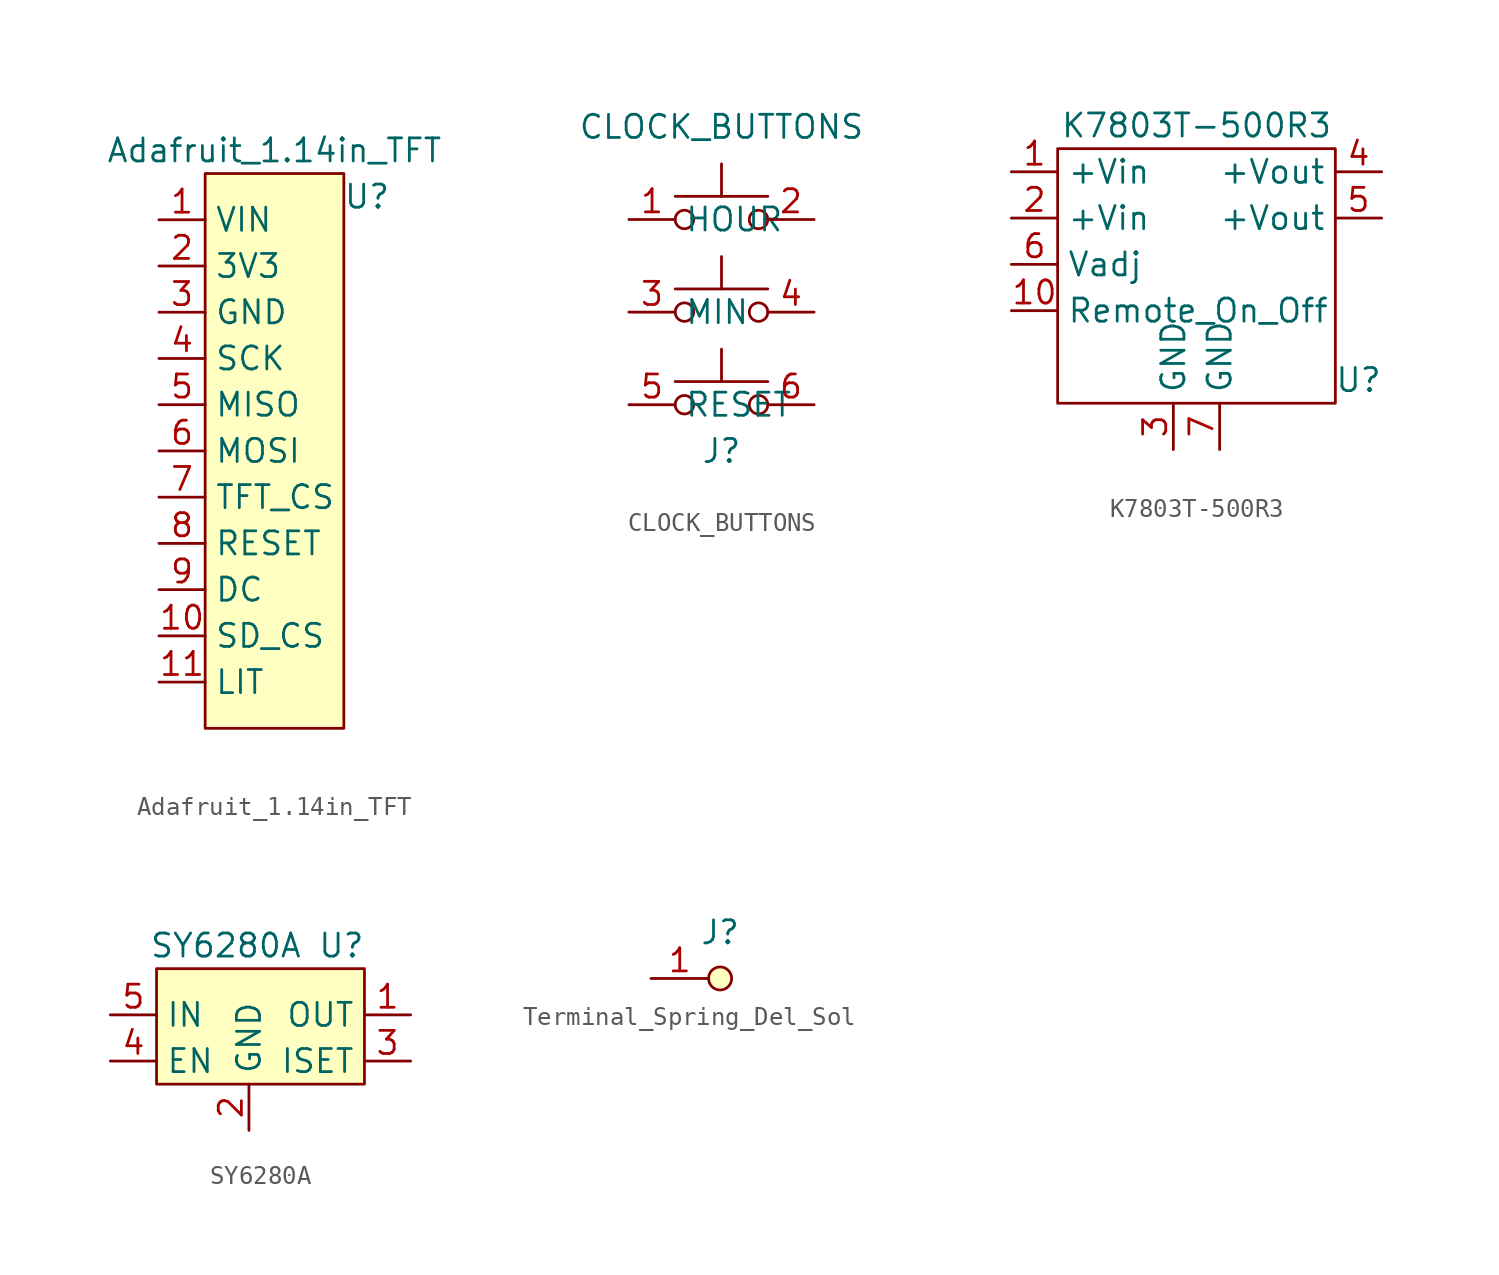
<source format=kicad_sym>
(kicad_symbol_lib
  (version 20211014)
  (generator kicad_symbol_editor)
  (symbol "Adafruit_1.14in_TFT"
    (property "Reference" "U"
      (at 8.89 -1.27 0)
      (effects (font (size 1.27 1.27))))
    (property "Value" "Adafruit_1.14in_TFT"
      (at 3.81 1.27 0)
      (effects (font (size 1.27 1.27))))
    (symbol "Adafruit_1.14in_TFT_0_0"
      (pin input line (at -2.54 -25.4 0) (length 2.54) (name "SD_CS" (effects (font (size 1.27 1.27)))) (number "10" (effects (font (size 1.27 1.27)))))
      (pin input line (at -2.54 -27.94 0) (length 2.54) (name "LIT" (effects (font (size 1.27 1.27)))) (number "11" (effects (font (size 1.27 1.27)))))
      (pin power_in line (at -2.54 -5.08 0) (length 2.54) (name "3V3" (effects (font (size 1.27 1.27)))) (number "2" (effects (font (size 1.27 1.27)))))
      (pin power_in line (at -2.54 -7.62 0) (length 2.54) (name "GND" (effects (font (size 1.27 1.27)))) (number "3" (effects (font (size 1.27 1.27)))))
      (pin input line (at -2.54 -10.16 0) (length 2.54) (name "SCK" (effects (font (size 1.27 1.27)))) (number "4" (effects (font (size 1.27 1.27)))))
      (pin output line (at -2.54 -12.7 0) (length 2.54) (name "MISO" (effects (font (size 1.27 1.27)))) (number "5" (effects (font (size 1.27 1.27)))))
      (pin input line (at -2.54 -15.24 0) (length 2.54) (name "MOSI" (effects (font (size 1.27 1.27)))) (number "6" (effects (font (size 1.27 1.27)))))
      (pin input line (at -2.54 -17.78 0) (length 2.54) (name "TFT_CS" (effects (font (size 1.27 1.27)))) (number "7" (effects (font (size 1.27 1.27)))))
      (pin input line (at -2.54 -20.32 0) (length 2.54) (name "RESET" (effects (font (size 1.27 1.27)))) (number "8" (effects (font (size 1.27 1.27)))))
      (pin input line (at -2.54 -22.86 0) (length 2.54) (name "DC" (effects (font (size 1.27 1.27)))) (number "9" (effects (font (size 1.27 1.27))))))
    (symbol "Adafruit_1.14in_TFT_0_1"
      (rectangle (start 0 0) (end 7.62 -30.48) (stroke (width 0.152) (type default) (color 0 0 0 0)) (fill (type background))))
    (symbol "Adafruit_1.14in_TFT_1_1"
      (pin power_in line (at -2.54 -2.54 0) (length 2.54) (name "VIN" (effects (font (size 1.27 1.27)))) (number "1" (effects (font (size 1.27 1.27)))))))
  (symbol "CLOCK_BUTTONS"
    (property "Reference" "J"
      (at 0 -17.78 0)
      (effects (font (size 1.27 1.27))))
    (property "Value" "CLOCK_BUTTONS"
      (at 0 0 0)
      (effects (font (size 1.27 1.27))))
    (symbol "CLOCK_BUTTONS_0_1"
      (circle (center -2.032 -15.24) (radius 0.508) (stroke (width 0) (type default) (color 0 0 0 0)) (fill (type none)))
      (circle (center -2.032 -10.16) (radius 0.508) (stroke (width 0) (type default) (color 0 0 0 0)) (fill (type none)))
      (circle (center -2.032 -5.08) (radius 0.508) (stroke (width 0) (type default) (color 0 0 0 0)) (fill (type none)))
      (polyline (pts (xy 0 -13.97) (xy 0 -12.192)) (stroke (width 0) (type default) (color 0 0 0 0)) (fill (type none)))
      (polyline (pts (xy 0 -8.89) (xy 0 -7.112)) (stroke (width 0) (type default) (color 0 0 0 0)) (fill (type none)))
      (polyline (pts (xy 0 -3.81) (xy 0 -2.032)) (stroke (width 0) (type default) (color 0 0 0 0)) (fill (type none)))
      (polyline (pts (xy 2.54 -13.97) (xy -2.54 -13.97)) (stroke (width 0) (type default) (color 0 0 0 0)) (fill (type none)))
      (polyline (pts (xy 2.54 -8.89) (xy -2.54 -8.89)) (stroke (width 0) (type default) (color 0 0 0 0)) (fill (type none)))
      (polyline (pts (xy 2.54 -3.81) (xy -2.54 -3.81)) (stroke (width 0) (type default) (color 0 0 0 0)) (fill (type none)))
      (circle (center 2.032 -15.24) (radius 0.508) (stroke (width 0) (type default) (color 0 0 0 0)) (fill (type none)))
      (circle (center 2.032 -10.16) (radius 0.508) (stroke (width 0) (type default) (color 0 0 0 0)) (fill (type none)))
      (circle (center 2.032 -5.08) (radius 0.508) (stroke (width 0) (type default) (color 0 0 0 0)) (fill (type none)))
      (pin passive line (at -5.08 -5.08 0) (length 2.54) (name "HOUR" (effects (font (size 1.27 1.27)))) (number "1" (effects (font (size 1.27 1.27)))))
      (pin passive line (at 5.08 -5.08 180) (length 2.54) (name "" (effects (font (size 1.27 1.27)))) (number "2" (effects (font (size 1.27 1.27)))))
      (pin passive line (at -5.08 -10.16 0) (length 2.54) (name "MIN" (effects (font (size 1.27 1.27)))) (number "3" (effects (font (size 1.27 1.27)))))
      (pin passive line (at 5.08 -10.16 180) (length 2.54) (name "" (effects (font (size 1.27 1.27)))) (number "4" (effects (font (size 1.27 1.27)))))
      (pin passive line (at -5.08 -15.24 0) (length 2.54) (name "RESET" (effects (font (size 1.27 1.27)))) (number "5" (effects (font (size 1.27 1.27)))))
      (pin passive line (at 5.08 -15.24 180) (length 2.54) (name "" (effects (font (size 1.27 1.27)))) (number "6" (effects (font (size 1.27 1.27)))))))
  (symbol "K7803T-500R3"
    (property "Reference" "U"
      (at 8.89 1.27 0)
      (effects (font (size 1.27 1.27))))
    (property "Value" "K7803T-500R3"
      (at 0 15.24 0)
      (effects (font (size 1.27 1.27))))
    (symbol "K7803T-500R3_0_0"
      (pin power_in line (at -10.16 12.7 0) (length 2.54) (name "+Vin" (effects (font (size 1.27 1.27)))) (number "1" (effects (font (size 1.27 1.27)))))
      (pin unspecified line (at -10.16 5.08 0) (length 2.54) (name "Remote_On_Off" (effects (font (size 1.27 1.27)))) (number "10" (effects (font (size 1.27 1.27)))))
      (pin power_in line (at -10.16 10.16 0) (length 2.54) (name "+Vin" (effects (font (size 1.27 1.27)))) (number "2" (effects (font (size 1.27 1.27)))))
      (pin unspecified line (at -1.27 -2.54 90) (length 2.54) (name "GND" (effects (font (size 1.27 1.27)))) (number "3" (effects (font (size 1.27 1.27)))))
      (pin power_out line (at 10.16 12.7 180) (length 2.54) (name "+Vout" (effects (font (size 1.27 1.27)))) (number "4" (effects (font (size 1.27 1.27)))))
      (pin power_out line (at 10.16 10.16 180) (length 2.54) (name "+Vout" (effects (font (size 1.27 1.27)))) (number "5" (effects (font (size 1.27 1.27)))))
      (pin unspecified line (at -10.16 7.62 0) (length 2.54) (name "Vadj" (effects (font (size 1.27 1.27)))) (number "6" (effects (font (size 1.27 1.27)))))
      (pin unspecified line (at 1.27 -2.54 90) (length 2.54) (name "GND" (effects (font (size 1.27 1.27)))) (number "7" (effects (font (size 1.27 1.27))))))
    (symbol "K7803T-500R3_0_1"
      (rectangle (start -7.62 13.97) (end 7.62 0) (stroke (width 0.152) (type default) (color 0 0 0 0)) (fill (type none)))))
  (symbol "SY6280A"
    (property "Reference" "U"
      (at 10.16 1.27 0)
      (effects (font (size 1.27 1.27))))
    (property "Value" "SY6280A"
      (at 3.81 1.27 0)
      (effects (font (size 1.27 1.27))))
    (symbol "SY6280A_0_0"
      (pin power_out line (at 13.97 -2.54 180) (length 2.54) (name "OUT" (effects (font (size 1.27 1.27)))) (number "1" (effects (font (size 1.27 1.27)))))
      (pin power_in line (at 5.08 -8.89 90) (length 2.54) (name "GND" (effects (font (size 1.27 1.27)))) (number "2" (effects (font (size 1.27 1.27)))))
      (pin output line (at 13.97 -5.08 180) (length 2.54) (name "ISET" (effects (font (size 1.27 1.27)))) (number "3" (effects (font (size 1.27 1.27)))))
      (pin input line (at -2.54 -5.08 0) (length 2.54) (name "EN" (effects (font (size 1.27 1.27)))) (number "4" (effects (font (size 1.27 1.27)))))
      (pin power_in line (at -2.54 -2.54 0) (length 2.54) (name "IN" (effects (font (size 1.27 1.27)))) (number "5" (effects (font (size 1.27 1.27))))))
    (symbol "SY6280A_0_1"
      (rectangle (start 0 0) (end 11.43 -6.35) (stroke (width 0.152) (type default) (color 0 0 0 0)) (fill (type background)))))
  (symbol "Terminal_Spring_Del_Sol"
    (property "Reference" "J"
      (at 0 2.54 0)
      (effects (font (size 1.27 1.27))))
    (symbol "Terminal_Spring_Del_Sol_0_1"
      (circle (center 0 0) (radius 0.635) (stroke (width 0.152) (type default) (color 0 0 0 0)) (fill (type background))))
    (symbol "Terminal_Spring_Del_Sol_1_1"
      (pin passive line (at -3.81 0 0) (length 3.175) (name "" (effects (font (size 1.27 1.27)))) (number "1" (effects (font (size 1.27 1.27))))))))
</source>
